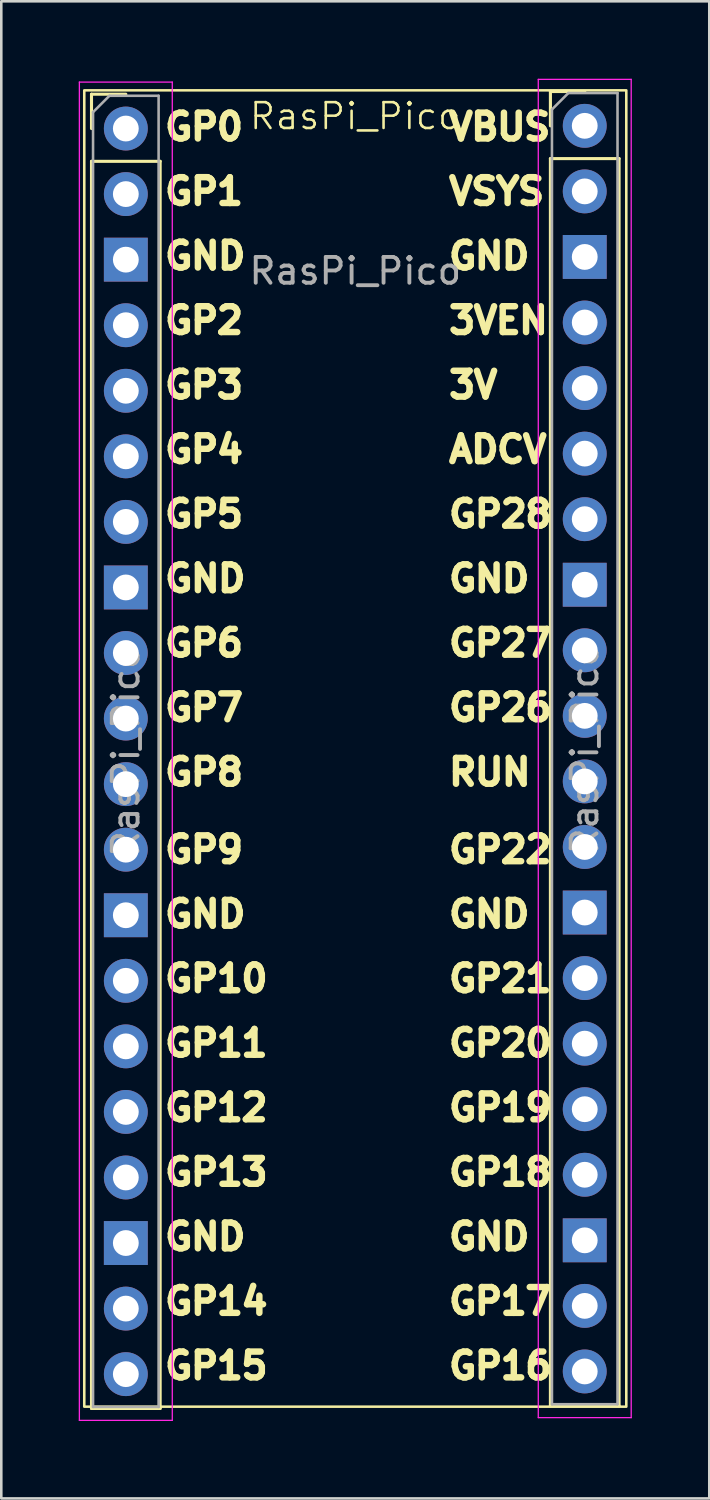
<source format=kicad_pcb>
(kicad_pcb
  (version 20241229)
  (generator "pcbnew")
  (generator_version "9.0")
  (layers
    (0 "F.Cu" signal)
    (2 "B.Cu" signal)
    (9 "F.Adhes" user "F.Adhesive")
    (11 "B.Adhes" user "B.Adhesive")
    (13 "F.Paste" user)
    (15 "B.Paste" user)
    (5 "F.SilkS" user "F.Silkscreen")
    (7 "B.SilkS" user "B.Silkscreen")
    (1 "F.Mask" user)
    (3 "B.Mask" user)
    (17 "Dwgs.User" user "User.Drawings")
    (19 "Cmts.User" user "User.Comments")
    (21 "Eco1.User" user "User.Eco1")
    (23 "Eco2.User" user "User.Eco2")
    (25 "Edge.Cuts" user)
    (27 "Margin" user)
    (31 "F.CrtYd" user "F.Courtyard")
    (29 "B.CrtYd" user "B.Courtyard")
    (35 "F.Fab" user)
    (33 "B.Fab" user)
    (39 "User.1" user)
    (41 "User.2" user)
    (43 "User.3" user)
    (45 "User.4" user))
  (footprint "RasPi_Pico"
    (layer "F.Cu")
    (at 10.715 0.45)
    (property "Reference" "RasPi_Pico" (at 0 1 0) (unlocked yes) (layer "F.SilkS") (effects (font (size 1 1) (thickness 0.1))))
    (attr through_hole)
    (fp_line (start -10.22 0.15) (end -8.89 0.15) (stroke (width 0.12) (type solid)) (layer "F.SilkS"))
    (fp_line (start -10.22 1.48) (end -10.22 0.15) (stroke (width 0.12) (type solid)) (layer "F.SilkS"))
    (fp_line (start -10.22 2.75) (end -10.22 51.07) (stroke (width 0.12) (type solid)) (layer "F.SilkS"))
    (fp_line (start -10.22 2.75) (end -7.56 2.75) (stroke (width 0.12) (type solid)) (layer "F.SilkS"))
    (fp_line (start -10.22 51.07) (end -7.56 51.07) (stroke (width 0.12) (type solid)) (layer "F.SilkS"))
    (fp_line (start -7.56 2.75) (end -7.56 51.07) (stroke (width 0.12) (type solid)) (layer "F.SilkS"))
    (fp_line (start 7.56 0.045) (end 8.89 0.045) (stroke (width 0.12) (type solid)) (layer "F.SilkS"))
    (fp_line (start 7.56 1.375) (end 7.56 0.045) (stroke (width 0.12) (type solid)) (layer "F.SilkS"))
    (fp_line (start 7.56 2.645) (end 7.56 50.965) (stroke (width 0.12) (type solid)) (layer "F.SilkS"))
    (fp_line (start 7.56 2.645) (end 10.22 2.645) (stroke (width 0.12) (type solid)) (layer "F.SilkS"))
    (fp_line (start 7.56 50.965) (end 10.22 50.965) (stroke (width 0.12) (type solid)) (layer "F.SilkS"))
    (fp_line (start 10.22 2.645) (end 10.22 50.965) (stroke (width 0.12) (type solid)) (layer "F.SilkS"))
    (fp_rect (start -10.5 0) (end 10.5 51) (stroke (width 0.1) (type default)) (fill no) (layer "F.SilkS"))
    (fp_line (start -10.69 -0.32) (end -10.69 51.53) (stroke (width 0.05) (type solid)) (layer "F.CrtYd"))
    (fp_line (start -10.69 51.53) (end -7.09 51.53) (stroke (width 0.05) (type solid)) (layer "F.CrtYd"))
    (fp_line (start -7.09 -0.32) (end -10.69 -0.32) (stroke (width 0.05) (type solid)) (layer "F.CrtYd"))
    (fp_line (start -7.09 51.53) (end -7.09 -0.32) (stroke (width 0.05) (type solid)) (layer "F.CrtYd"))
    (fp_line (start 7.09 -0.425) (end 7.09 51.425) (stroke (width 0.05) (type solid)) (layer "F.CrtYd"))
    (fp_line (start 7.09 51.425) (end 10.69 51.425) (stroke (width 0.05) (type solid)) (layer "F.CrtYd"))
    (fp_line (start 10.69 -0.425) (end 7.09 -0.425) (stroke (width 0.05) (type solid)) (layer "F.CrtYd"))
    (fp_line (start 10.69 51.425) (end 10.69 -0.425) (stroke (width 0.05) (type solid)) (layer "F.CrtYd"))
    (fp_line (start -10.16 0.845) (end -9.525 0.21) (stroke (width 0.1) (type solid)) (layer "F.Fab"))
    (fp_line (start -10.16 51.01) (end -10.16 0.845) (stroke (width 0.1) (type solid)) (layer "F.Fab"))
    (fp_line (start -9.525 0.21) (end -7.62 0.21) (stroke (width 0.1) (type solid)) (layer "F.Fab"))
    (fp_line (start -7.62 0.21) (end -7.62 51.01) (stroke (width 0.1) (type solid)) (layer "F.Fab"))
    (fp_line (start -7.62 51.01) (end -10.16 51.01) (stroke (width 0.1) (type solid)) (layer "F.Fab"))
    (fp_line (start 7.62 0.74) (end 8.255 0.105) (stroke (width 0.1) (type solid)) (layer "F.Fab"))
    (fp_line (start 7.62 50.905) (end 7.62 0.74) (stroke (width 0.1) (type solid)) (layer "F.Fab"))
    (fp_line (start 8.255 0.105) (end 10.16 0.105) (stroke (width 0.1) (type solid)) (layer "F.Fab"))
    (fp_line (start 10.16 0.105) (end 10.16 50.905) (stroke (width 0.1) (type solid)) (layer "F.Fab"))
    (fp_line (start 10.16 50.905) (end 7.62 50.905) (stroke (width 0.1) (type solid)) (layer "F.Fab"))
    (fp_text user "GP28" (at 3.5 17 0) (unlocked yes) (layer "F.SilkS") (effects (font (size 1 1) (thickness 0.25) (bold yes)) (justify left bottom)))
    (fp_text user "RUN" (at 3.5 27 0) (unlocked yes) (layer "F.SilkS") (effects (font (size 1 1) (thickness 0.25) (bold yes)) (justify left bottom)))
    (fp_text user "GP19" (at 3.5 40 0) (unlocked yes) (layer "F.SilkS") (effects (font (size 1 1) (thickness 0.25) (bold yes)) (justify left bottom)))
    (fp_text user "GP20" (at 3.5 37.5 0) (unlocked yes) (layer "F.SilkS") (effects (font (size 1 1) (thickness 0.25) (bold yes)) (justify left bottom)))
    (fp_text user "3V" (at 3.5 12 0) (unlocked yes) (layer "F.SilkS") (effects (font (size 1 1) (thickness 0.25) (bold yes)) (justify left bottom)))
    (fp_text user "GP1" (at -7.5 4.5 0) (unlocked yes) (layer "F.SilkS") (effects (font (size 1 1) (thickness 0.25) (bold yes)) (justify left bottom)))
    (fp_text user "GND" (at -7.5 19.5 0) (unlocked yes) (layer "F.SilkS") (effects (font (size 1 1) (thickness 0.25) (bold yes)) (justify left bottom)))
    (fp_text user "GP6" (at -7.5 22 0) (unlocked yes) (layer "F.SilkS") (effects (font (size 1 1) (thickness 0.25) (bold yes)) (justify left bottom)))
    (fp_text user "GP18" (at 3.5 42.5 0) (unlocked yes) (layer "F.SilkS") (effects (font (size 1 1) (thickness 0.25) (bold yes)) (justify left bottom)))
    (fp_text user "GND" (at 3.5 19.5 0) (unlocked yes) (layer "F.SilkS") (effects (font (size 1 1) (thickness 0.25) (bold yes)) (justify left bottom)))
    (fp_text user "GP12" (at -7.5 40 0) (unlocked yes) (layer "F.SilkS") (effects (font (size 1 1) (thickness 0.25) (bold yes)) (justify left bottom)))
    (fp_text user "GP16" (at 3.5 50 0) (unlocked yes) (layer "F.SilkS") (effects (font (size 1 1) (thickness 0.25) (bold yes)) (justify left bottom)))
    (fp_text user "GND" (at -7.5 7 0) (unlocked yes) (layer "F.SilkS") (effects (font (size 1 1) (thickness 0.25) (bold yes)) (justify left bottom)))
    (fp_text user "GP9" (at -7.5 30 0) (unlocked yes) (layer "F.SilkS") (effects (font (size 1 1) (thickness 0.25) (bold yes)) (justify left bottom)))
    (fp_text user "GP27" (at 3.5 22 0) (unlocked yes) (layer "F.SilkS") (effects (font (size 1 1) (thickness 0.25) (bold yes)) (justify left bottom)))
    (fp_text user "GND" (at -7.5 32.5 0) (unlocked yes) (layer "F.SilkS") (effects (font (size 1 1) (thickness 0.25) (bold yes)) (justify left bottom)))
    (fp_text user "GP2" (at -7.5 9.5 0) (unlocked yes) (layer "F.SilkS") (effects (font (size 1 1) (thickness 0.25) (bold yes)) (justify left bottom)))
    (fp_text user "VSYS" (at 3.5 4.5 0) (unlocked yes) (layer "F.SilkS") (effects (font (size 1 1) (thickness 0.25) (bold yes)) (justify left bottom)))
    (fp_text user "GND" (at 3.5 32.5 0) (unlocked yes) (layer "F.SilkS") (effects (font (size 1 1) (thickness 0.25) (bold yes)) (justify left bottom)))
    (fp_text user "GP26" (at 3.5 24.5 0) (unlocked yes) (layer "F.SilkS") (effects (font (size 1 1) (thickness 0.25) (bold yes)) (justify left bottom)))
    (fp_text user "GP21" (at 3.5 35 0) (unlocked yes) (layer "F.SilkS") (effects (font (size 1 1) (thickness 0.25) (bold yes)) (justify left bottom)))
    (fp_text user "GP22" (at 3.5 30 0) (unlocked yes) (layer "F.SilkS") (effects (font (size 1 1) (thickness 0.25) (bold yes)) (justify left bottom)))
    (fp_text user "GP0" (at -7.5 2 0) (unlocked yes) (layer "F.SilkS") (effects (font (size 1 1) (thickness 0.25) (bold yes)) (justify left bottom)))
    (fp_text user "GP14" (at -7.5 47.5 0) (unlocked yes) (layer "F.SilkS") (effects (font (size 1 1) (thickness 0.25) (bold yes)) (justify left bottom)))
    (fp_text user "GP3" (at -7.5 12 0) (unlocked yes) (layer "F.SilkS") (effects (font (size 1 1) (thickness 0.25) (bold yes)) (justify left bottom)))
    (fp_text user "GP7" (at -7.5 24.5 0) (unlocked yes) (layer "F.SilkS") (effects (font (size 1 1) (thickness 0.25) (bold yes)) (justify left bottom)))
    (fp_text user "3VEN" (at 3.5 9.5 0) (unlocked yes) (layer "F.SilkS") (effects (font (size 1 1) (thickness 0.25) (bold yes)) (justify left bottom)))
    (fp_text user "GP11" (at -7.5 37.5 0) (unlocked yes) (layer "F.SilkS") (effects (font (size 1 1) (thickness 0.25) (bold yes)) (justify left bottom)))
    (fp_text user "GND" (at 3.5 7 0) (unlocked yes) (layer "F.SilkS") (effects (font (size 1 1) (thickness 0.25) (bold yes)) (justify left bottom)))
    (fp_text user "GP4" (at -7.5 14.5 0) (unlocked yes) (layer "F.SilkS") (effects (font (size 1 1) (thickness 0.25) (bold yes)) (justify left bottom)))
    (fp_text user "VBUS" (at 3.5 2 0) (unlocked yes) (layer "F.SilkS") (effects (font (size 1 1) (thickness 0.25) (bold yes)) (justify left bottom)))
    (fp_text user "GP8" (at -7.5 27 0) (unlocked yes) (layer "F.SilkS") (effects (font (size 1 1) (thickness 0.25) (bold yes)) (justify left bottom)))
    (fp_text user "GP13" (at -7.5 42.5 0) (unlocked yes) (layer "F.SilkS") (effects (font (size 1 1) (thickness 0.25) (bold yes)) (justify left bottom)))
    (fp_text user "GP10" (at -7.5 35 0) (unlocked yes) (layer "F.SilkS") (effects (font (size 1 1) (thickness 0.25) (bold yes)) (justify left bottom)))
    (fp_text user "GP15" (at -7.5 50 0) (unlocked yes) (layer "F.SilkS") (effects (font (size 1 1) (thickness 0.25) (bold yes)) (justify left bottom)))
    (fp_text user "GND" (at -7.5 45 0) (unlocked yes) (layer "F.SilkS") (effects (font (size 1 1) (thickness 0.25) (bold yes)) (justify left bottom)))
    (fp_text user "ADCV" (at 3.5 14.5 0) (unlocked yes) (layer "F.SilkS") (effects (font (size 1 1) (thickness 0.25) (bold yes)) (justify left bottom)))
    (fp_text user "GP5" (at -7.5 17 0) (unlocked yes) (layer "F.SilkS") (effects (font (size 1 1) (thickness 0.25) (bold yes)) (justify left bottom)))
    (fp_text user "GND" (at 3.5 45 0) (unlocked yes) (layer "F.SilkS") (effects (font (size 1 1) (thickness 0.25) (bold yes)) (justify left bottom)))
    (fp_text user "GP17" (at 3.5 47.5 0) (unlocked yes) (layer "F.SilkS") (effects (font (size 1 1) (thickness 0.25) (bold yes)) (justify left bottom)))
    (fp_text user "${REFERENCE}" (at 8.89 25.505 90) (layer "F.Fab") (effects (font (size 1 1) (thickness 0.15))))
    (fp_text user "${REFERENCE}" (at 0 7 0) (unlocked yes) (layer "F.Fab") (effects (font (size 1 1) (thickness 0.15))))
    (fp_text user "${REFERENCE}" (at -8.89 25.61 90) (layer "F.Fab") (effects (font (size 1 1) (thickness 0.15))))
    (pad "1" thru_hole oval (at -8.89 1.48) (size 1.7 1.7) (drill 1) (layers "*.Cu" "*.Mask"))
    (pad "2" thru_hole oval (at -8.89 4.02) (size 1.7 1.7) (drill 1) (layers "*.Cu" "*.Mask"))
    (pad "3" thru_hole rect (at -8.89 6.56) (size 1.7 1.7) (drill 1) (layers "*.Cu" "*.Mask"))
    (pad "4" thru_hole oval (at -8.89 9.1) (size 1.7 1.7) (drill 1) (layers "*.Cu" "*.Mask"))
    (pad "5" thru_hole oval (at -8.89 11.64) (size 1.7 1.7) (drill 1) (layers "*.Cu" "*.Mask"))
    (pad "6" thru_hole oval (at -8.89 14.18) (size 1.7 1.7) (drill 1) (layers "*.Cu" "*.Mask"))
    (pad "7" thru_hole oval (at -8.89 16.72) (size 1.7 1.7) (drill 1) (layers "*.Cu" "*.Mask"))
    (pad "8" thru_hole rect (at -8.89 19.26) (size 1.7 1.7) (drill 1) (layers "*.Cu" "*.Mask"))
    (pad "9" thru_hole oval (at -8.89 21.8) (size 1.7 1.7) (drill 1) (layers "*.Cu" "*.Mask"))
    (pad "10" thru_hole oval (at -8.89 24.34) (size 1.7 1.7) (drill 1) (layers "*.Cu" "*.Mask"))
    (pad "11" thru_hole oval (at -8.89 26.88) (size 1.7 1.7) (drill 1) (layers "*.Cu" "*.Mask"))
    (pad "12" thru_hole oval (at -8.89 29.42) (size 1.7 1.7) (drill 1) (layers "*.Cu" "*.Mask"))
    (pad "13" thru_hole rect (at -8.89 31.96) (size 1.7 1.7) (drill 1) (layers "*.Cu" "*.Mask"))
    (pad "14" thru_hole oval (at -8.89 34.5) (size 1.7 1.7) (drill 1) (layers "*.Cu" "*.Mask"))
    (pad "15" thru_hole oval (at -8.89 37.04) (size 1.7 1.7) (drill 1) (layers "*.Cu" "*.Mask"))
    (pad "16" thru_hole oval (at -8.89 39.58) (size 1.7 1.7) (drill 1) (layers "*.Cu" "*.Mask"))
    (pad "17" thru_hole oval (at -8.89 42.12) (size 1.7 1.7) (drill 1) (layers "*.Cu" "*.Mask"))
    (pad "18" thru_hole rect (at -8.89 44.66) (size 1.7 1.7) (drill 1) (layers "*.Cu" "*.Mask"))
    (pad "19" thru_hole oval (at -8.89 47.2) (size 1.7 1.7) (drill 1) (layers "*.Cu" "*.Mask"))
    (pad "20" thru_hole oval (at -8.89 49.74) (size 1.7 1.7) (drill 1) (layers "*.Cu" "*.Mask"))
    (pad "21" thru_hole oval (at 8.89 49.635) (size 1.7 1.7) (drill 1) (layers "*.Cu" "*.Mask"))
    (pad "22" thru_hole oval (at 8.89 47.095) (size 1.7 1.7) (drill 1) (layers "*.Cu" "*.Mask"))
    (pad "23" thru_hole rect (at 8.89 44.555) (size 1.7 1.7) (drill 1) (layers "*.Cu" "*.Mask"))
    (pad "24" thru_hole oval (at 8.89 42.015) (size 1.7 1.7) (drill 1) (layers "*.Cu" "*.Mask"))
    (pad "25" thru_hole oval (at 8.89 39.475) (size 1.7 1.7) (drill 1) (layers "*.Cu" "*.Mask"))
    (pad "26" thru_hole oval (at 8.89 36.935) (size 1.7 1.7) (drill 1) (layers "*.Cu" "*.Mask"))
    (pad "27" thru_hole oval (at 8.89 34.395) (size 1.7 1.7) (drill 1) (layers "*.Cu" "*.Mask"))
    (pad "28" thru_hole rect (at 8.89 31.855) (size 1.7 1.7) (drill 1) (layers "*.Cu" "*.Mask"))
    (pad "29" thru_hole oval (at 8.89 29.315) (size 1.7 1.7) (drill 1) (layers "*.Cu" "*.Mask"))
    (pad "30" thru_hole oval (at 8.89 26.775) (size 1.7 1.7) (drill 1) (layers "*.Cu" "*.Mask"))
    (pad "31" thru_hole oval (at 8.89 24.235) (size 1.7 1.7) (drill 1) (layers "*.Cu" "*.Mask"))
    (pad "32" thru_hole oval (at 8.89 21.695) (size 1.7 1.7) (drill 1) (layers "*.Cu" "*.Mask"))
    (pad "33" thru_hole rect (at 8.89 19.155) (size 1.7 1.7) (drill 1) (layers "*.Cu" "*.Mask"))
    (pad "34" thru_hole oval (at 8.89 16.615) (size 1.7 1.7) (drill 1) (layers "*.Cu" "*.Mask"))
    (pad "35" thru_hole oval (at 8.89 14.075) (size 1.7 1.7) (drill 1) (layers "*.Cu" "*.Mask"))
    (pad "36" thru_hole oval (at 8.89 11.535) (size 1.7 1.7) (drill 1) (layers "*.Cu" "*.Mask"))
    (pad "37" thru_hole oval (at 8.89 8.995) (size 1.7 1.7) (drill 1) (layers "*.Cu" "*.Mask"))
    (pad "38" thru_hole rect (at 8.89 6.455) (size 1.7 1.7) (drill 1) (layers "*.Cu" "*.Mask"))
    (pad "39" thru_hole oval (at 8.89 3.915) (size 1.7 1.7) (drill 1) (layers "*.Cu" "*.Mask"))
    (pad "40" thru_hole oval (at 8.89 1.375) (size 1.7 1.7) (drill 1) (layers "*.Cu" "*.Mask")))
  (gr_rect
    (start -3 -3)
    (end 24.43 55.005)
    (stroke (width 0.1) (type default))
    (fill no)
    (layer "Edge.Cuts")))
</source>
